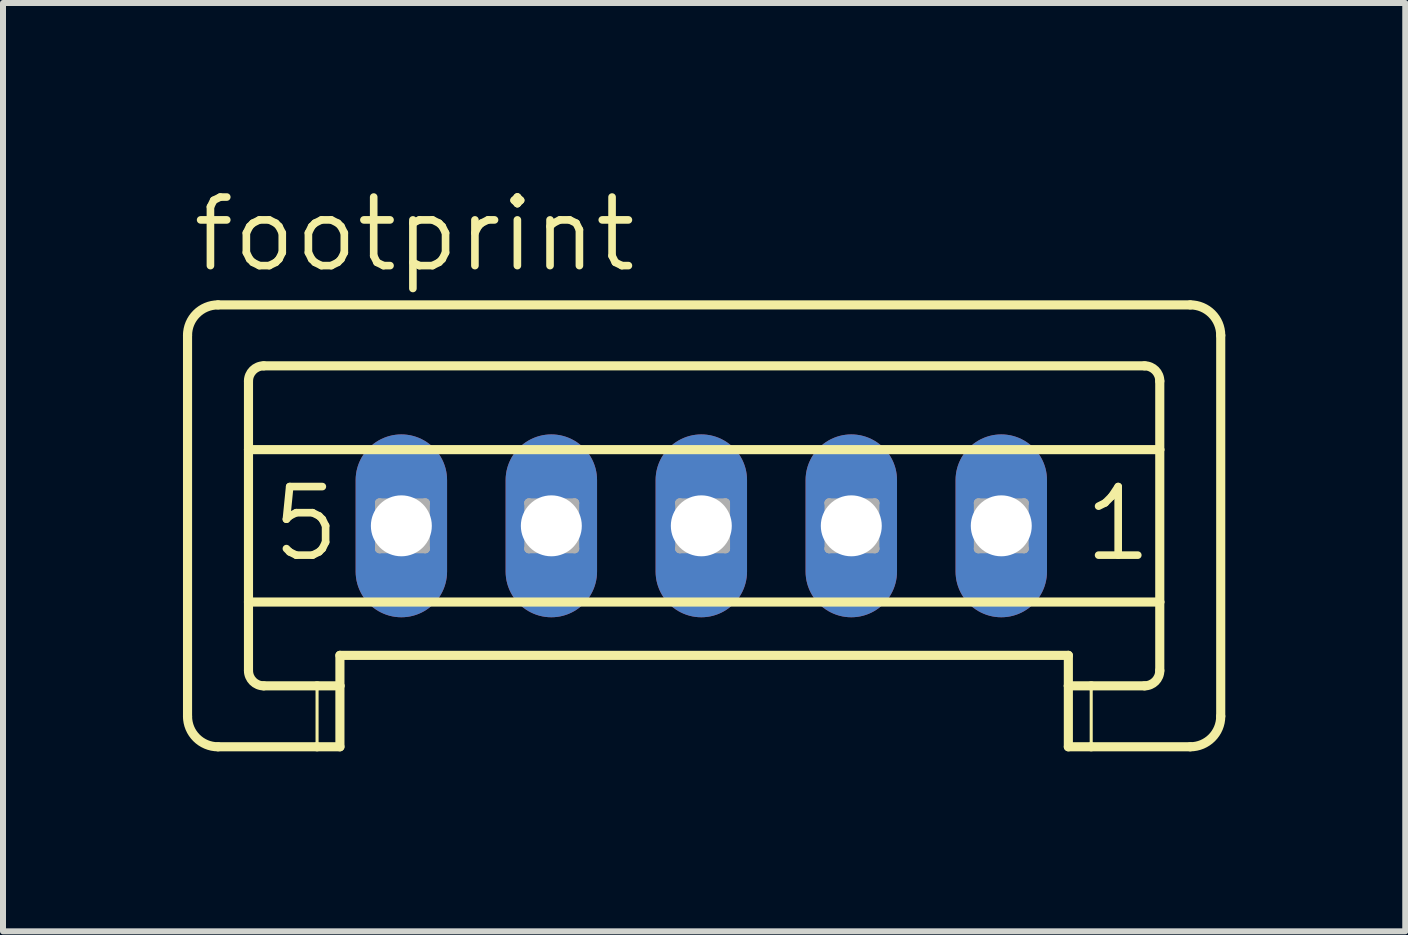
<source format=kicad_pcb>
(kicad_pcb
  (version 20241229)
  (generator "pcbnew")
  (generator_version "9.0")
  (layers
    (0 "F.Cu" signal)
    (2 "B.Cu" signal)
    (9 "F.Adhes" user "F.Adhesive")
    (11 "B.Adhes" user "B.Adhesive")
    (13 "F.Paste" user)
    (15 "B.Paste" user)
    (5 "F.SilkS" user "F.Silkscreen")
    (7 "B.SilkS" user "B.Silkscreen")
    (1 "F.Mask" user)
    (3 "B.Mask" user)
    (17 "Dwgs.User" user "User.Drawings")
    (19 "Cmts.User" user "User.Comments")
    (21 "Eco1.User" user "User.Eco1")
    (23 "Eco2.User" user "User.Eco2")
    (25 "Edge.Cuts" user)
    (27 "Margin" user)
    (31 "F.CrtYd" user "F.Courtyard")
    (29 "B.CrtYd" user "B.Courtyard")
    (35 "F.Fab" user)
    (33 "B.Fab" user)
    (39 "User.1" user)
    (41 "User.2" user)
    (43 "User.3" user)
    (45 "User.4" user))
  (footprint "footprint"
    (layer "F.Cu")
    (at 8.64 5.715)
    (property "Reference" "footprint" (at -8.538 -4.191 0) (layer "F.SilkS") (effects (font (size 1.143 1.143) (thickness 0.127)) (justify left bottom)))
    (fp_line (start -8.564 -3.175) (end -8.564 3.175) (stroke (width 0.152) (type solid)) (layer "F.SilkS"))
    (fp_line (start -8.056 -3.683) (end 8.15 -3.683) (stroke (width 0.152) (type solid)) (layer "F.SilkS"))
    (fp_line (start -7.548 -1.27) (end -7.548 -2.413) (stroke (width 0.152) (type solid)) (layer "F.SilkS"))
    (fp_line (start -7.548 -1.27) (end 7.642 -1.27) (stroke (width 0.152) (type solid)) (layer "F.SilkS"))
    (fp_line (start -7.548 1.27) (end -7.548 -1.27) (stroke (width 0.152) (type solid)) (layer "F.SilkS"))
    (fp_line (start -7.548 1.27) (end 7.642 1.27) (stroke (width 0.152) (type solid)) (layer "F.SilkS"))
    (fp_line (start -7.548 2.413) (end -7.548 1.27) (stroke (width 0.152) (type solid)) (layer "F.SilkS"))
    (fp_line (start -7.294 -2.667) (end 7.388 -2.667) (stroke (width 0.152) (type solid)) (layer "F.SilkS"))
    (fp_line (start -7.294 2.667) (end -6.405 2.667) (stroke (width 0.152) (type solid)) (layer "F.SilkS"))
    (fp_line (start -6.405 2.667) (end -6.405 3.683) (stroke (width 0.051) (type solid)) (layer "F.SilkS"))
    (fp_line (start -6.405 2.667) (end -6.024 2.667) (stroke (width 0.152) (type solid)) (layer "F.SilkS"))
    (fp_line (start -6.405 3.683) (end -8.056 3.683) (stroke (width 0.152) (type solid)) (layer "F.SilkS"))
    (fp_line (start -6.024 2.159) (end 6.118 2.159) (stroke (width 0.152) (type solid)) (layer "F.SilkS"))
    (fp_line (start -6.024 2.667) (end -6.024 2.159) (stroke (width 0.152) (type solid)) (layer "F.SilkS"))
    (fp_line (start -6.024 2.667) (end -6.024 3.683) (stroke (width 0.152) (type solid)) (layer "F.SilkS"))
    (fp_line (start -6.024 3.683) (end -6.405 3.683) (stroke (width 0.152) (type solid)) (layer "F.SilkS"))
    (fp_line (start 6.118 2.667) (end 6.118 2.159) (stroke (width 0.152) (type solid)) (layer "F.SilkS"))
    (fp_line (start 6.118 2.667) (end 6.499 2.667) (stroke (width 0.152) (type solid)) (layer "F.SilkS"))
    (fp_line (start 6.118 3.683) (end 6.118 2.667) (stroke (width 0.152) (type solid)) (layer "F.SilkS"))
    (fp_line (start 6.499 2.667) (end 6.499 3.683) (stroke (width 0.051) (type solid)) (layer "F.SilkS"))
    (fp_line (start 6.499 2.667) (end 7.388 2.667) (stroke (width 0.152) (type solid)) (layer "F.SilkS"))
    (fp_line (start 6.499 3.683) (end 6.118 3.683) (stroke (width 0.152) (type solid)) (layer "F.SilkS"))
    (fp_line (start 7.642 -1.27) (end 7.642 -2.413) (stroke (width 0.152) (type solid)) (layer "F.SilkS"))
    (fp_line (start 7.642 1.27) (end 7.642 -1.27) (stroke (width 0.152) (type solid)) (layer "F.SilkS"))
    (fp_line (start 7.642 2.413) (end 7.642 1.27) (stroke (width 0.152) (type solid)) (layer "F.SilkS"))
    (fp_line (start 8.15 3.683) (end 6.499 3.683) (stroke (width 0.152) (type solid)) (layer "F.SilkS"))
    (fp_line (start 8.658 -3.175) (end 8.658 3.175) (stroke (width 0.152) (type solid)) (layer "F.SilkS"))
    (fp_arc (start -8.564 -3.175) (mid -8.41521 -3.53421) (end -8.056 -3.683) (stroke (width 0.1524) (type solid)) (layer "F.SilkS"))
    (fp_arc (start -8.056 3.683) (mid -8.41521 3.53421) (end -8.564 3.175) (stroke (width 0.1524) (type solid)) (layer "F.SilkS"))
    (fp_arc (start -7.548 -2.413) (mid -7.473605 -2.592605) (end -7.294 -2.667) (stroke (width 0.1524) (type solid)) (layer "F.SilkS"))
    (fp_arc (start -7.294 2.667) (mid -7.473605 2.592605) (end -7.548 2.413) (stroke (width 0.1524) (type solid)) (layer "F.SilkS"))
    (fp_arc (start 7.388 -2.667) (mid 7.567605 -2.592605) (end 7.642 -2.413) (stroke (width 0.1524) (type solid)) (layer "F.SilkS"))
    (fp_arc (start 7.642 2.413) (mid 7.567605 2.592605) (end 7.388 2.667) (stroke (width 0.1524) (type solid)) (layer "F.SilkS"))
    (fp_arc (start 8.15 -3.683) (mid 8.50921 -3.53421) (end 8.658 -3.175) (stroke (width 0.1524) (type solid)) (layer "F.SilkS"))
    (fp_arc (start 8.658 3.175) (mid 8.50921 3.53421) (end 8.15 3.683) (stroke (width 0.1524) (type solid)) (layer "F.SilkS"))
    (fp_line (start -5.363 -0.381) (end -5.363 0.381) (stroke (width 0.152) (type solid)) (layer "F.Fab"))
    (fp_line (start -5.363 -0.381) (end -4.601 0.381) (stroke (width 0.152) (type solid)) (layer "F.Fab"))
    (fp_line (start -5.363 0.381) (end -4.601 0.381) (stroke (width 0.152) (type solid)) (layer "F.Fab"))
    (fp_line (start -4.601 -0.381) (end -5.363 -0.381) (stroke (width 0.152) (type solid)) (layer "F.Fab"))
    (fp_line (start -4.601 -0.381) (end -5.363 0.381) (stroke (width 0.152) (type solid)) (layer "F.Fab"))
    (fp_line (start -4.601 0.381) (end -4.601 -0.381) (stroke (width 0.152) (type solid)) (layer "F.Fab"))
    (fp_line (start -2.874 -0.381) (end -2.874 0.381) (stroke (width 0.152) (type solid)) (layer "F.Fab"))
    (fp_line (start -2.874 -0.381) (end -2.112 0.381) (stroke (width 0.152) (type solid)) (layer "F.Fab"))
    (fp_line (start -2.874 0.381) (end -2.112 0.381) (stroke (width 0.152) (type solid)) (layer "F.Fab"))
    (fp_line (start -2.112 -0.381) (end -2.874 -0.381) (stroke (width 0.152) (type solid)) (layer "F.Fab"))
    (fp_line (start -2.112 -0.381) (end -2.874 0.381) (stroke (width 0.152) (type solid)) (layer "F.Fab"))
    (fp_line (start -2.112 0.381) (end -2.112 -0.381) (stroke (width 0.152) (type solid)) (layer "F.Fab"))
    (fp_line (start -0.359 -0.381) (end -0.359 0.381) (stroke (width 0.152) (type solid)) (layer "F.Fab"))
    (fp_line (start -0.359 -0.381) (end 0.403 0.381) (stroke (width 0.152) (type solid)) (layer "F.Fab"))
    (fp_line (start -0.359 0.381) (end 0.403 0.381) (stroke (width 0.152) (type solid)) (layer "F.Fab"))
    (fp_line (start 0.403 -0.381) (end -0.359 -0.381) (stroke (width 0.152) (type solid)) (layer "F.Fab"))
    (fp_line (start 0.403 -0.381) (end -0.359 0.381) (stroke (width 0.152) (type solid)) (layer "F.Fab"))
    (fp_line (start 0.403 0.381) (end 0.403 -0.381) (stroke (width 0.152) (type solid)) (layer "F.Fab"))
    (fp_line (start 2.13 -0.381) (end 2.13 0.381) (stroke (width 0.152) (type solid)) (layer "F.Fab"))
    (fp_line (start 2.13 -0.381) (end 2.892 0.381) (stroke (width 0.152) (type solid)) (layer "F.Fab"))
    (fp_line (start 2.13 0.381) (end 2.892 0.381) (stroke (width 0.152) (type solid)) (layer "F.Fab"))
    (fp_line (start 2.892 -0.381) (end 2.13 -0.381) (stroke (width 0.152) (type solid)) (layer "F.Fab"))
    (fp_line (start 2.892 -0.381) (end 2.13 0.381) (stroke (width 0.152) (type solid)) (layer "F.Fab"))
    (fp_line (start 2.892 0.381) (end 2.892 -0.381) (stroke (width 0.152) (type solid)) (layer "F.Fab"))
    (fp_line (start 4.619 -0.381) (end 4.619 0.381) (stroke (width 0.152) (type solid)) (layer "F.Fab"))
    (fp_line (start 4.619 -0.381) (end 5.381 0.381) (stroke (width 0.152) (type solid)) (layer "F.Fab"))
    (fp_line (start 4.619 0.381) (end 5.381 0.381) (stroke (width 0.152) (type solid)) (layer "F.Fab"))
    (fp_line (start 5.381 -0.381) (end 4.619 -0.381) (stroke (width 0.152) (type solid)) (layer "F.Fab"))
    (fp_line (start 5.381 -0.381) (end 4.619 0.381) (stroke (width 0.152) (type solid)) (layer "F.Fab"))
    (fp_line (start 5.381 0.381) (end 5.381 -0.381) (stroke (width 0.152) (type solid)) (layer "F.Fab"))
    (fp_text user "5" (at -7.217 0.635 0) (layer "F.SilkS") (effects (font (size 1.143 1.143) (thickness 0.127)) (justify left bottom)))
    (fp_text user "1" (at 6.321 0.635 0) (layer "F.SilkS") (effects (font (size 1.143 1.143) (thickness 0.127)) (justify left bottom)))
    (pad "1" thru_hole oval (at 5 0 90) (size 3.048 1.524) (drill 1.016) (layers "*.Cu" "*.Mask"))
    (pad "2" thru_hole oval (at 2.5 0 90) (size 3.048 1.524) (drill 1.016) (layers "*.Cu" "*.Mask"))
    (pad "3" thru_hole oval (at 0 0 90) (size 3.048 1.524) (drill 1.016) (layers "*.Cu" "*.Mask"))
    (pad "4" thru_hole oval (at -2.5 0 90) (size 3.048 1.524) (drill 1.016) (layers "*.Cu" "*.Mask"))
    (pad "5" thru_hole oval (at -5 0 90) (size 3.048 1.524) (drill 1.016) (layers "*.Cu" "*.Mask")))
  (gr_rect
    (start -3 -3)
    (end 20.374 12.474)
    (stroke (width 0.1) (type default))
    (fill no)
    (layer "Edge.Cuts")))
</source>
